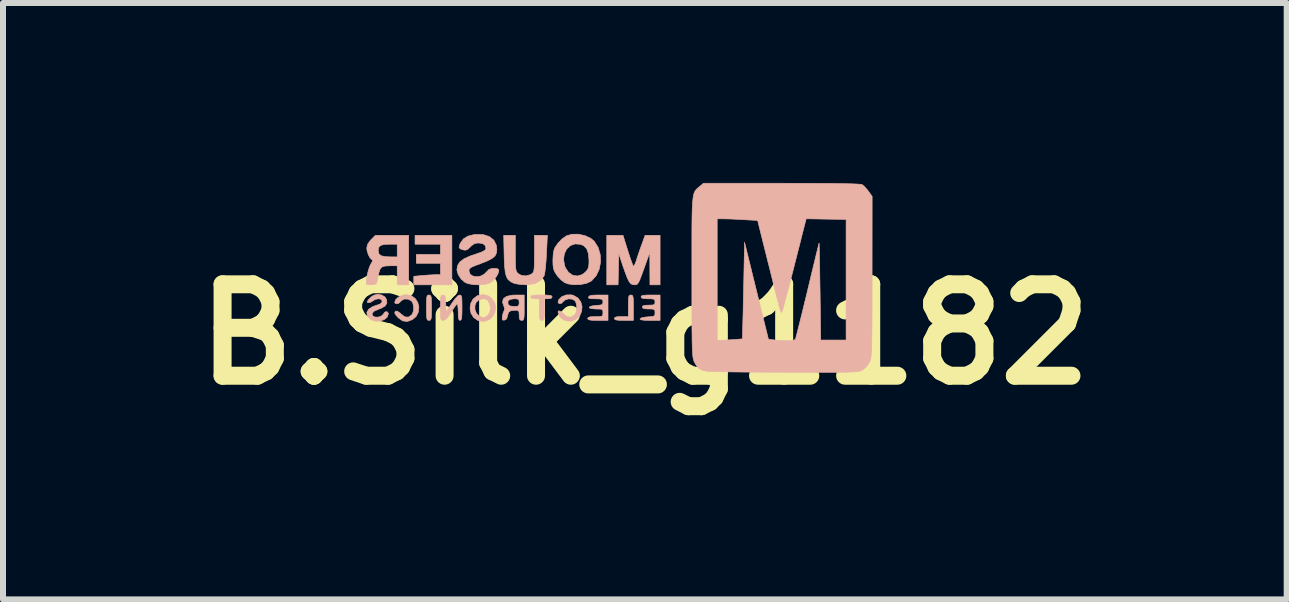
<source format=kicad_pcb>
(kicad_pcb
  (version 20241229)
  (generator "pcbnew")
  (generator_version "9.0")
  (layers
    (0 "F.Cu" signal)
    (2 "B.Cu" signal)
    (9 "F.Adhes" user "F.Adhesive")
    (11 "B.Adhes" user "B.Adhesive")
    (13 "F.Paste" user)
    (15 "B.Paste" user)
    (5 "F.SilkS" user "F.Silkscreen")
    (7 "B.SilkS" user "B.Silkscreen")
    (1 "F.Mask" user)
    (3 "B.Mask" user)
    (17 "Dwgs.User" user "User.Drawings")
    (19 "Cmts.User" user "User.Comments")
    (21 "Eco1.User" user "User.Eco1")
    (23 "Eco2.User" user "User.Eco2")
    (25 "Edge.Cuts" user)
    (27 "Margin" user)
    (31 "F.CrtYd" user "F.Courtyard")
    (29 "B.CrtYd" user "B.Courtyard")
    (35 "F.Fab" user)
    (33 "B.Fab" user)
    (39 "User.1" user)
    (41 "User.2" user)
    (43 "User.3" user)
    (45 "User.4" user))
  (footprint "B.Silk_g1182"
    (layer "F.Cu")
    (at 7.7 2.524)
    (property "Reference" "B.Silk_g1182" (at 0 0 0) (layer "F.SilkS") (effects (font (size 1.524 1.524) (thickness 0.3))))
    (attr through_hole)
    (fp_poly (pts (xy -3.217 -0.826) (xy -3.852 -0.826) (xy -3.852 -0.968) (xy -3.709 -0.981) (xy -3.622 -0.988) (xy -3.538 -0.993) (xy -3.487 -0.995) (xy -3.408 -0.995) (xy -3.408 -1.185) (xy -3.81 -1.185) (xy -3.81 -1.333) (xy -3.408 -1.333) (xy -3.408 -1.503) (xy -3.831 -1.503) (xy -3.831 -1.651) (xy -3.217 -1.651) (xy -3.217 -0.826)) (stroke (width 0.01) (type solid)) (fill yes) (layer "B.SilkS"))
    (fp_poly (pts (xy -0.214 -0.653) (xy -0.201 -0.639) (xy -0.194 -0.607) (xy -0.191 -0.548) (xy -0.191 -0.456) (xy -0.191 -0.445) (xy -0.191 -0.233) (xy -0.349 -0.233) (xy -0.433 -0.234) (xy -0.482 -0.241) (xy -0.504 -0.252) (xy -0.508 -0.265) (xy -0.498 -0.284) (xy -0.461 -0.294) (xy -0.392 -0.296) (xy -0.275 -0.296) (xy -0.275 -0.476) (xy -0.274 -0.564) (xy -0.271 -0.617) (xy -0.262 -0.645) (xy -0.247 -0.655) (xy -0.233 -0.656) (xy -0.214 -0.653)) (stroke (width 0.01) (type solid)) (fill yes) (layer "B.SilkS"))
    (fp_poly (pts (xy -3.579 -0.653) (xy -3.567 -0.639) (xy -3.56 -0.607) (xy -3.557 -0.548) (xy -3.556 -0.456) (xy -3.556 -0.445) (xy -3.557 -0.348) (xy -3.559 -0.286) (xy -3.566 -0.252) (xy -3.578 -0.236) (xy -3.596 -0.233) (xy -3.598 -0.233) (xy -3.618 -0.236) (xy -3.63 -0.25) (xy -3.637 -0.282) (xy -3.64 -0.341) (xy -3.641 -0.433) (xy -3.641 -0.445) (xy -3.64 -0.541) (xy -3.637 -0.603) (xy -3.631 -0.637) (xy -3.619 -0.653) (xy -3.601 -0.656) (xy -3.598 -0.656) (xy -3.579 -0.653)) (stroke (width 0.01) (type solid)) (fill yes) (layer "B.SilkS"))
    (fp_poly (pts (xy -1.635 -0.655) (xy -1.58 -0.65) (xy -1.553 -0.64) (xy -1.545 -0.624) (xy -1.564 -0.599) (xy -1.609 -0.593) (xy -1.672 -0.593) (xy -1.672 -0.413) (xy -1.673 -0.325) (xy -1.677 -0.272) (xy -1.685 -0.244) (xy -1.7 -0.234) (xy -1.714 -0.233) (xy -1.735 -0.236) (xy -1.748 -0.252) (xy -1.754 -0.288) (xy -1.757 -0.353) (xy -1.757 -0.413) (xy -1.757 -0.593) (xy -1.831 -0.593) (xy -1.886 -0.6) (xy -1.905 -0.622) (xy -1.905 -0.624) (xy -1.897 -0.64) (xy -1.869 -0.65) (xy -1.814 -0.655) (xy -1.725 -0.656) (xy -1.635 -0.655)) (stroke (width 0.01) (type solid)) (fill yes) (layer "B.SilkS"))
    (fp_poly (pts (xy -3.892 -0.644) (xy -3.827 -0.597) (xy -3.785 -0.53) (xy -3.767 -0.452) (xy -3.776 -0.371) (xy -3.813 -0.298) (xy -3.873 -0.247) (xy -3.958 -0.215) (xy -4.036 -0.224) (xy -4.108 -0.274) (xy -4.147 -0.317) (xy -4.168 -0.351) (xy -4.17 -0.357) (xy -4.158 -0.388) (xy -4.125 -0.386) (xy -4.08 -0.354) (xy -4.064 -0.339) (xy -4.002 -0.292) (xy -3.942 -0.287) (xy -3.888 -0.324) (xy -3.879 -0.334) (xy -3.857 -0.389) (xy -3.854 -0.459) (xy -3.869 -0.524) (xy -3.891 -0.558) (xy -3.948 -0.587) (xy -4.009 -0.589) (xy -4.059 -0.563) (xy -4.069 -0.55) (xy -4.101 -0.519) (xy -4.138 -0.509) (xy -4.165 -0.52) (xy -4.17 -0.536) (xy -4.151 -0.583) (xy -4.102 -0.625) (xy -4.034 -0.654) (xy -3.976 -0.662) (xy -3.892 -0.644)) (stroke (width 0.01) (type solid)) (fill yes) (layer "B.SilkS"))
    (fp_poly (pts (xy -2.608 -0.641) (xy -2.552 -0.599) (xy -2.502 -0.525) (xy -2.486 -0.445) (xy -2.5 -0.367) (xy -2.538 -0.297) (xy -2.597 -0.245) (xy -2.67 -0.218) (xy -2.754 -0.222) (xy -2.783 -0.232) (xy -2.854 -0.281) (xy -2.898 -0.351) (xy -2.914 -0.433) (xy -2.908 -0.478) (xy -2.833 -0.478) (xy -2.832 -0.414) (xy -2.809 -0.353) (xy -2.763 -0.304) (xy -2.695 -0.277) (xy -2.688 -0.277) (xy -2.664 -0.286) (xy -2.632 -0.306) (xy -2.585 -0.363) (xy -2.572 -0.439) (xy -2.591 -0.518) (xy -2.618 -0.568) (xy -2.651 -0.589) (xy -2.696 -0.593) (xy -2.765 -0.577) (xy -2.811 -0.535) (xy -2.833 -0.478) (xy -2.908 -0.478) (xy -2.903 -0.515) (xy -2.864 -0.588) (xy -2.798 -0.641) (xy -2.787 -0.645) (xy -2.694 -0.664) (xy -2.608 -0.641)) (stroke (width 0.01) (type solid)) (fill yes) (layer "B.SilkS"))
    (fp_poly (pts (xy -0.286 -1.402) (xy -0.255 -1.305) (xy -0.227 -1.223) (xy -0.205 -1.164) (xy -0.192 -1.137) (xy -0.192 -1.137) (xy -0.178 -1.145) (xy -0.159 -1.184) (xy -0.149 -1.211) (xy -0.129 -1.274) (xy -0.1 -1.361) (xy -0.067 -1.455) (xy -0.059 -1.476) (xy 0.004 -1.651) (xy 0.254 -1.651) (xy 0.254 -0.826) (xy 0.085 -0.826) (xy 0.082 -1.365) (xy -0.015 -1.095) (xy -0.054 -0.987) (xy -0.083 -0.912) (xy -0.105 -0.865) (xy -0.124 -0.839) (xy -0.144 -0.828) (xy -0.168 -0.826) (xy -0.172 -0.826) (xy -0.207 -0.83) (xy -0.237 -0.847) (xy -0.265 -0.883) (xy -0.294 -0.943) (xy -0.328 -1.033) (xy -0.363 -1.132) (xy -0.434 -1.344) (xy -0.44 -1.085) (xy -0.446 -0.826) (xy -0.635 -0.826) (xy -0.635 -1.651) (xy -0.364 -1.651) (xy -0.286 -1.402)) (stroke (width 0.01) (type solid)) (fill yes) (layer "B.SilkS"))
    (fp_poly (pts (xy -1.192 -0.651) (xy -1.116 -0.607) (xy -1.068 -0.542) (xy -1.047 -0.465) (xy -1.053 -0.386) (xy -1.084 -0.312) (xy -1.141 -0.255) (xy -1.221 -0.223) (xy -1.23 -0.221) (xy -1.302 -0.224) (xy -1.356 -0.242) (xy -1.405 -0.284) (xy -1.434 -0.326) (xy -1.448 -0.374) (xy -1.435 -0.393) (xy -1.402 -0.383) (xy -1.355 -0.342) (xy -1.353 -0.34) (xy -1.293 -0.293) (xy -1.234 -0.287) (xy -1.173 -0.323) (xy -1.165 -0.331) (xy -1.142 -0.375) (xy -1.134 -0.441) (xy -1.141 -0.508) (xy -1.162 -0.558) (xy -1.162 -0.558) (xy -1.21 -0.587) (xy -1.273 -0.592) (xy -1.332 -0.572) (xy -1.359 -0.547) (xy -1.394 -0.515) (xy -1.427 -0.511) (xy -1.447 -0.531) (xy -1.44 -0.571) (xy -1.439 -0.573) (xy -1.387 -0.627) (xy -1.312 -0.657) (xy -1.227 -0.659) (xy -1.192 -0.651)) (stroke (width 0.01) (type solid)) (fill yes) (layer "B.SilkS"))
    (fp_poly (pts (xy 0.254 -0.233) (xy 0.083 -0.233) (xy -0.006 -0.235) (xy -0.058 -0.241) (xy -0.079 -0.252) (xy -0.079 -0.259) (xy -0.054 -0.276) (xy 0.006 -0.288) (xy 0.049 -0.292) (xy 0.117 -0.297) (xy 0.153 -0.306) (xy 0.167 -0.325) (xy 0.169 -0.359) (xy 0.169 -0.361) (xy 0.167 -0.398) (xy 0.152 -0.416) (xy 0.115 -0.423) (xy 0.064 -0.423) (xy -0.003 -0.427) (xy -0.036 -0.439) (xy -0.042 -0.455) (xy -0.031 -0.475) (xy 0.008 -0.485) (xy 0.064 -0.487) (xy 0.126 -0.489) (xy 0.158 -0.497) (xy 0.168 -0.519) (xy 0.169 -0.54) (xy 0.166 -0.57) (xy 0.15 -0.586) (xy 0.111 -0.592) (xy 0.053 -0.593) (xy -0.017 -0.596) (xy -0.053 -0.606) (xy -0.064 -0.624) (xy -0.055 -0.641) (xy -0.025 -0.651) (xy 0.034 -0.655) (xy 0.095 -0.656) (xy 0.254 -0.656) (xy 0.254 -0.233)) (stroke (width 0.01) (type solid)) (fill yes) (layer "B.SilkS"))
    (fp_poly (pts (xy -2.159 -1.355) (xy -2.158 -1.235) (xy -2.156 -1.151) (xy -2.152 -1.094) (xy -2.143 -1.057) (xy -2.13 -1.032) (xy -2.117 -1.016) (xy -2.056 -0.982) (xy -1.98 -0.975) (xy -1.906 -0.996) (xy -1.889 -1.007) (xy -1.87 -1.022) (xy -1.857 -1.041) (xy -1.849 -1.073) (xy -1.844 -1.123) (xy -1.842 -1.2) (xy -1.842 -1.31) (xy -1.841 -1.345) (xy -1.841 -1.651) (xy -1.625 -1.651) (xy -1.64 -1.339) (xy -1.647 -1.224) (xy -1.656 -1.121) (xy -1.666 -1.038) (xy -1.676 -0.985) (xy -1.68 -0.974) (xy -1.738 -0.899) (xy -1.827 -0.849) (xy -1.946 -0.827) (xy -1.988 -0.826) (xy -2.071 -0.831) (xy -2.148 -0.843) (xy -2.192 -0.855) (xy -2.243 -0.882) (xy -2.281 -0.916) (xy -2.308 -0.963) (xy -2.326 -1.03) (xy -2.337 -1.123) (xy -2.344 -1.249) (xy -2.346 -1.328) (xy -2.353 -1.651) (xy -2.159 -1.651) (xy -2.159 -1.355)) (stroke (width 0.01) (type solid)) (fill yes) (layer "B.SilkS"))
    (fp_poly (pts (xy -0.614 -0.233) (xy -0.783 -0.233) (xy -0.87 -0.234) (xy -0.922 -0.24) (xy -0.947 -0.251) (xy -0.953 -0.265) (xy -0.943 -0.283) (xy -0.908 -0.293) (xy -0.841 -0.296) (xy -0.826 -0.296) (xy -0.755 -0.297) (xy -0.717 -0.303) (xy -0.702 -0.319) (xy -0.699 -0.35) (xy -0.699 -0.36) (xy -0.7 -0.396) (xy -0.713 -0.415) (xy -0.747 -0.422) (xy -0.812 -0.423) (xy -0.817 -0.423) (xy -0.891 -0.429) (xy -0.926 -0.442) (xy -0.922 -0.459) (xy -0.88 -0.474) (xy -0.808 -0.483) (xy -0.744 -0.488) (xy -0.711 -0.499) (xy -0.7 -0.521) (xy -0.699 -0.541) (xy -0.701 -0.57) (xy -0.717 -0.585) (xy -0.754 -0.591) (xy -0.824 -0.593) (xy -0.825 -0.593) (xy -0.895 -0.594) (xy -0.932 -0.601) (xy -0.941 -0.615) (xy -0.939 -0.624) (xy -0.921 -0.642) (xy -0.88 -0.652) (xy -0.807 -0.656) (xy -0.77 -0.656) (xy -0.614 -0.656) (xy -0.614 -0.233)) (stroke (width 0.01) (type solid)) (fill yes) (layer "B.SilkS"))
    (fp_poly (pts (xy -3.07 -0.653) (xy -3.058 -0.637) (xy -3.051 -0.602) (xy -3.049 -0.539) (xy -3.048 -0.445) (xy -3.049 -0.346) (xy -3.053 -0.282) (xy -3.061 -0.247) (xy -3.073 -0.234) (xy -3.08 -0.233) (xy -3.098 -0.242) (xy -3.107 -0.275) (xy -3.111 -0.339) (xy -3.111 -0.37) (xy -3.114 -0.44) (xy -3.12 -0.49) (xy -3.128 -0.508) (xy -3.146 -0.491) (xy -3.179 -0.447) (xy -3.22 -0.384) (xy -3.229 -0.37) (xy -3.279 -0.294) (xy -3.318 -0.251) (xy -3.351 -0.234) (xy -3.36 -0.233) (xy -3.382 -0.235) (xy -3.396 -0.246) (xy -3.403 -0.274) (xy -3.407 -0.326) (xy -3.408 -0.41) (xy -3.408 -0.445) (xy -3.407 -0.541) (xy -3.404 -0.603) (xy -3.398 -0.637) (xy -3.386 -0.653) (xy -3.368 -0.656) (xy -3.366 -0.656) (xy -3.344 -0.651) (xy -3.331 -0.63) (xy -3.323 -0.584) (xy -3.319 -0.514) (xy -3.313 -0.372) (xy -3.22 -0.514) (xy -3.161 -0.597) (xy -3.114 -0.645) (xy -3.088 -0.656) (xy -3.07 -0.653)) (stroke (width 0.01) (type solid)) (fill yes) (layer "B.SilkS"))
    (fp_poly (pts (xy -4.385 -0.656) (xy -4.33 -0.621) (xy -4.304 -0.577) (xy -4.301 -0.519) (xy -4.329 -0.474) (xy -4.392 -0.437) (xy -4.436 -0.42) (xy -4.509 -0.389) (xy -4.543 -0.355) (xy -4.547 -0.344) (xy -4.536 -0.308) (xy -4.5 -0.289) (xy -4.45 -0.287) (xy -4.4 -0.301) (xy -4.362 -0.332) (xy -4.353 -0.348) (xy -4.328 -0.376) (xy -4.296 -0.377) (xy -4.277 -0.352) (xy -4.276 -0.342) (xy -4.294 -0.288) (xy -4.343 -0.247) (xy -4.409 -0.223) (xy -4.483 -0.219) (xy -4.552 -0.238) (xy -4.577 -0.254) (xy -4.626 -0.31) (xy -4.635 -0.366) (xy -4.605 -0.418) (xy -4.539 -0.462) (xy -4.471 -0.486) (xy -4.411 -0.507) (xy -4.384 -0.534) (xy -4.381 -0.551) (xy -4.392 -0.582) (xy -4.432 -0.592) (xy -4.442 -0.593) (xy -4.496 -0.582) (xy -4.53 -0.561) (xy -4.572 -0.534) (xy -4.598 -0.529) (xy -4.627 -0.533) (xy -4.625 -0.551) (xy -4.609 -0.577) (xy -4.566 -0.622) (xy -4.522 -0.652) (xy -4.453 -0.668) (xy -4.385 -0.656)) (stroke (width 0.01) (type solid)) (fill yes) (layer "B.SilkS"))
    (fp_poly (pts (xy -3.937 -0.826) (xy -4.128 -0.826) (xy -4.128 -1.143) (xy -4.252 -1.143) (xy -4.333 -1.139) (xy -4.384 -1.122) (xy -4.416 -1.084) (xy -4.437 -1.015) (xy -4.445 -0.975) (xy -4.459 -0.909) (xy -4.472 -0.86) (xy -4.478 -0.845) (xy -4.505 -0.833) (xy -4.554 -0.826) (xy -4.605 -0.827) (xy -4.638 -0.835) (xy -4.639 -0.836) (xy -4.645 -0.866) (xy -4.64 -0.924) (xy -4.627 -0.997) (xy -4.608 -1.071) (xy -4.586 -1.136) (xy -4.567 -1.174) (xy -4.54 -1.221) (xy -4.545 -1.243) (xy -4.548 -1.244) (xy -4.58 -1.273) (xy -4.61 -1.329) (xy -4.63 -1.394) (xy -4.445 -1.394) (xy -4.445 -1.394) (xy -4.434 -1.344) (xy -4.399 -1.312) (xy -4.333 -1.296) (xy -4.249 -1.292) (xy -4.128 -1.291) (xy -4.128 -1.503) (xy -4.261 -1.503) (xy -4.352 -1.498) (xy -4.408 -1.481) (xy -4.437 -1.448) (xy -4.445 -1.394) (xy -4.63 -1.394) (xy -4.631 -1.396) (xy -4.636 -1.44) (xy -4.621 -1.503) (xy -4.575 -1.568) (xy -4.564 -1.579) (xy -4.492 -1.651) (xy -3.937 -1.651) (xy -3.937 -0.826)) (stroke (width 0.01) (type solid)) (fill yes) (layer "B.SilkS"))
    (fp_poly (pts (xy -2.011 -0.445) (xy -2.011 -0.348) (xy -2.014 -0.286) (xy -2.021 -0.252) (xy -2.032 -0.236) (xy -2.051 -0.233) (xy -2.053 -0.233) (xy -2.081 -0.24) (xy -2.093 -0.269) (xy -2.095 -0.318) (xy -2.098 -0.372) (xy -2.111 -0.396) (xy -2.146 -0.402) (xy -2.164 -0.402) (xy -2.233 -0.395) (xy -2.271 -0.369) (xy -2.288 -0.316) (xy -2.289 -0.307) (xy -2.306 -0.256) (xy -2.341 -0.237) (xy -2.37 -0.238) (xy -2.379 -0.261) (xy -2.375 -0.301) (xy -2.363 -0.357) (xy -2.346 -0.395) (xy -2.345 -0.396) (xy -2.338 -0.437) (xy -2.348 -0.463) (xy -2.373 -0.537) (xy -2.369 -0.551) (xy -2.283 -0.551) (xy -2.279 -0.499) (xy -2.278 -0.497) (xy -2.247 -0.473) (xy -2.181 -0.466) (xy -2.126 -0.468) (xy -2.102 -0.481) (xy -2.096 -0.515) (xy -2.095 -0.529) (xy -2.099 -0.57) (xy -2.117 -0.588) (xy -2.161 -0.593) (xy -2.181 -0.593) (xy -2.25 -0.582) (xy -2.283 -0.551) (xy -2.369 -0.551) (xy -2.359 -0.594) (xy -2.308 -0.632) (xy -2.219 -0.653) (xy -2.152 -0.656) (xy -2.011 -0.656) (xy -2.011 -0.445)) (stroke (width 0.01) (type solid)) (fill yes) (layer "B.SilkS"))
    (fp_poly (pts (xy -0.999 -1.646) (xy -0.902 -1.601) (xy -0.844 -1.553) (xy -0.779 -1.45) (xy -0.744 -1.331) (xy -0.738 -1.207) (xy -0.761 -1.085) (xy -0.812 -0.977) (xy -0.889 -0.892) (xy -0.894 -0.888) (xy -0.971 -0.851) (xy -1.072 -0.831) (xy -1.18 -0.827) (xy -1.279 -0.841) (xy -1.333 -0.861) (xy -1.39 -0.902) (xy -1.448 -0.962) (xy -1.47 -0.991) (xy -1.504 -1.045) (xy -1.523 -1.094) (xy -1.531 -1.154) (xy -1.533 -1.234) (xy -1.532 -1.251) (xy -1.355 -1.251) (xy -1.338 -1.148) (xy -1.325 -1.113) (xy -1.273 -1.034) (xy -1.204 -0.986) (xy -1.124 -0.973) (xy -1.044 -0.997) (xy -0.993 -1.036) (xy -0.958 -1.076) (xy -0.939 -1.117) (xy -0.932 -1.174) (xy -0.931 -1.227) (xy -0.94 -1.343) (xy -0.969 -1.426) (xy -1.019 -1.478) (xy -1.072 -1.501) (xy -1.163 -1.508) (xy -1.242 -1.48) (xy -1.302 -1.424) (xy -1.341 -1.345) (xy -1.355 -1.251) (xy -1.532 -1.251) (xy -1.529 -1.319) (xy -1.518 -1.393) (xy -1.504 -1.439) (xy -1.45 -1.518) (xy -1.378 -1.592) (xy -1.308 -1.642) (xy -1.216 -1.669) (xy -1.108 -1.67) (xy -0.999 -1.646)) (stroke (width 0.01) (type solid)) (fill yes) (layer "B.SilkS"))
    (fp_poly (pts (xy -2.693 -1.663) (xy -2.592 -1.63) (xy -2.518 -1.571) (xy -2.476 -1.487) (xy -2.467 -1.415) (xy -2.474 -1.355) (xy -2.499 -1.306) (xy -2.549 -1.264) (xy -2.628 -1.223) (xy -2.743 -1.178) (xy -2.743 -1.178) (xy -2.832 -1.145) (xy -2.888 -1.12) (xy -2.918 -1.099) (xy -2.93 -1.077) (xy -2.932 -1.058) (xy -2.914 -1.005) (xy -2.87 -0.973) (xy -2.809 -0.961) (xy -2.742 -0.97) (xy -2.679 -1.002) (xy -2.641 -1.039) (xy -2.598 -1.083) (xy -2.545 -1.099) (xy -2.515 -1.101) (xy -2.46 -1.096) (xy -2.437 -1.079) (xy -2.434 -1.064) (xy -2.45 -1.005) (xy -2.491 -0.939) (xy -2.545 -0.882) (xy -2.58 -0.858) (xy -2.656 -0.835) (xy -2.753 -0.825) (xy -2.856 -0.829) (xy -2.947 -0.845) (xy -2.999 -0.867) (xy -3.064 -0.924) (xy -3.112 -0.998) (xy -3.133 -1.072) (xy -3.133 -1.077) (xy -3.121 -1.149) (xy -3.083 -1.208) (xy -3.015 -1.26) (xy -2.911 -1.307) (xy -2.808 -1.342) (xy -2.717 -1.374) (xy -2.665 -1.403) (xy -2.65 -1.425) (xy -2.657 -1.477) (xy -2.7 -1.512) (xy -2.772 -1.524) (xy -2.837 -1.515) (xy -2.889 -1.479) (xy -2.909 -1.459) (xy -2.954 -1.416) (xy -2.993 -1.403) (xy -3.023 -1.407) (xy -3.079 -1.426) (xy -3.097 -1.454) (xy -3.085 -1.5) (xy -3.077 -1.518) (xy -3.025 -1.591) (xy -2.949 -1.638) (xy -2.843 -1.664) (xy -2.818 -1.666) (xy -2.693 -1.663)) (stroke (width 0.01) (type solid)) (fill yes) (layer "B.SilkS"))
    (fp_poly (pts (xy 2.594 -2.518) (xy 2.867 -2.517) (xy 3.097 -2.516) (xy 3.286 -2.513) (xy 3.433 -2.51) (xy 3.538 -2.506) (xy 3.601 -2.501) (xy 3.622 -2.497) (xy 3.658 -2.467) (xy 3.704 -2.416) (xy 3.726 -2.388) (xy 3.789 -2.301) (xy 3.788 -0.965) (xy 3.788 -0.693) (xy 3.788 -0.461) (xy 3.787 -0.264) (xy 3.786 -0.099) (xy 3.785 0.036) (xy 3.783 0.145) (xy 3.781 0.232) (xy 3.777 0.299) (xy 3.773 0.35) (xy 3.769 0.389) (xy 3.763 0.417) (xy 3.756 0.44) (xy 3.749 0.457) (xy 3.701 0.531) (xy 3.638 0.588) (xy 3.635 0.589) (xy 3.619 0.599) (xy 3.602 0.607) (xy 3.58 0.614) (xy 3.55 0.62) (xy 3.509 0.624) (xy 3.454 0.627) (xy 3.38 0.63) (xy 3.284 0.632) (xy 3.164 0.633) (xy 3.015 0.633) (xy 2.834 0.633) (xy 2.618 0.633) (xy 2.363 0.632) (xy 2.347 0.632) (xy 2.121 0.631) (xy 1.905 0.63) (xy 1.704 0.629) (xy 1.521 0.627) (xy 1.361 0.625) (xy 1.228 0.622) (xy 1.125 0.62) (xy 1.058 0.617) (xy 1.034 0.616) (xy 0.947 0.595) (xy 0.886 0.556) (xy 0.839 0.488) (xy 0.823 0.455) (xy 0.815 0.436) (xy 0.808 0.412) (xy 0.802 0.382) (xy 0.798 0.341) (xy 0.794 0.286) (xy 0.791 0.215) (xy 0.788 0.123) (xy 0.787 0.007) (xy 0.785 -0.135) (xy 0.785 -0.307) (xy 0.784 -0.513) (xy 0.784 -0.755) (xy 0.784 -0.959) (xy 0.784 -1.236) (xy 0.784 -1.474) (xy 0.784 -1.676) (xy 0.785 -1.845) (xy 0.786 -1.926) (xy 1.206 -1.926) (xy 1.206 0.102) (xy 1.413 0.091) (xy 1.501 0.085) (xy 1.572 0.08) (xy 1.615 0.076) (xy 1.624 0.075) (xy 1.626 0.054) (xy 1.628 -0.005) (xy 1.631 -0.097) (xy 1.634 -0.218) (xy 1.638 -0.362) (xy 1.641 -0.526) (xy 1.645 -0.704) (xy 1.646 -0.732) (xy 1.662 -1.535) (xy 1.861 -0.727) (xy 2.06 0.08) (xy 2.155 0.093) (xy 2.245 0.102) (xy 2.336 0.105) (xy 2.417 0.104) (xy 2.478 0.097) (xy 2.508 0.085) (xy 2.508 0.085) (xy 2.516 0.06) (xy 2.532 -0.001) (xy 2.556 -0.095) (xy 2.586 -0.215) (xy 2.622 -0.358) (xy 2.661 -0.52) (xy 2.704 -0.694) (xy 2.711 -0.724) (xy 2.753 -0.9) (xy 2.792 -1.063) (xy 2.827 -1.208) (xy 2.857 -1.331) (xy 2.881 -1.428) (xy 2.897 -1.493) (xy 2.904 -1.522) (xy 2.905 -1.523) (xy 2.906 -1.505) (xy 2.908 -1.45) (xy 2.91 -1.361) (xy 2.912 -1.243) (xy 2.915 -1.1) (xy 2.917 -0.938) (xy 2.92 -0.761) (xy 2.921 -0.72) (xy 2.932 0.095) (xy 3.355 0.095) (xy 3.355 -1.916) (xy 3.023 -1.921) (xy 2.69 -1.927) (xy 2.669 -1.847) (xy 2.659 -1.808) (xy 2.64 -1.733) (xy 2.613 -1.628) (xy 2.581 -1.498) (xy 2.543 -1.35) (xy 2.502 -1.189) (xy 2.478 -1.093) (xy 2.436 -0.93) (xy 2.397 -0.778) (xy 2.361 -0.644) (xy 2.331 -0.533) (xy 2.308 -0.449) (xy 2.293 -0.398) (xy 2.288 -0.385) (xy 2.283 -0.375) (xy 2.279 -0.368) (xy 2.274 -0.366) (xy 2.269 -0.374) (xy 2.261 -0.394) (xy 2.249 -0.431) (xy 2.234 -0.488) (xy 2.213 -0.568) (xy 2.186 -0.675) (xy 2.151 -0.812) (xy 2.109 -0.983) (xy 2.057 -1.192) (xy 2.052 -1.209) (xy 1.88 -1.899) (xy 1.644 -1.912) (xy 1.536 -1.918) (xy 1.433 -1.923) (xy 1.348 -1.925) (xy 1.307 -1.926) (xy 1.206 -1.926) (xy 0.786 -1.926) (xy 0.787 -1.985) (xy 0.79 -2.098) (xy 0.795 -2.189) (xy 0.802 -2.26) (xy 0.81 -2.314) (xy 0.821 -2.355) (xy 0.835 -2.385) (xy 0.851 -2.409) (xy 0.87 -2.429) (xy 0.893 -2.449) (xy 0.911 -2.463) (xy 0.977 -2.519) (xy 2.278 -2.519) (xy 2.594 -2.518)) (stroke (width 0.01) (type solid)) (fill yes) (layer "B.SilkS")))
  (gr_rect
    (start -3 -3)
    (end 18.4 6.942)
    (stroke (width 0.1) (type default))
    (fill no)
    (layer "Edge.Cuts")))
</source>
